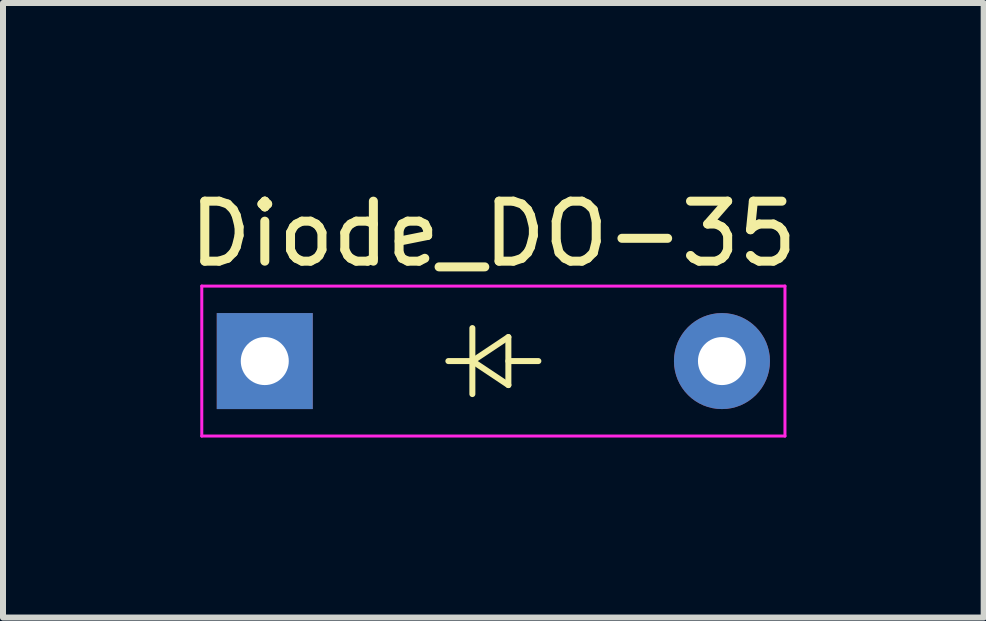
<source format=kicad_pcb>
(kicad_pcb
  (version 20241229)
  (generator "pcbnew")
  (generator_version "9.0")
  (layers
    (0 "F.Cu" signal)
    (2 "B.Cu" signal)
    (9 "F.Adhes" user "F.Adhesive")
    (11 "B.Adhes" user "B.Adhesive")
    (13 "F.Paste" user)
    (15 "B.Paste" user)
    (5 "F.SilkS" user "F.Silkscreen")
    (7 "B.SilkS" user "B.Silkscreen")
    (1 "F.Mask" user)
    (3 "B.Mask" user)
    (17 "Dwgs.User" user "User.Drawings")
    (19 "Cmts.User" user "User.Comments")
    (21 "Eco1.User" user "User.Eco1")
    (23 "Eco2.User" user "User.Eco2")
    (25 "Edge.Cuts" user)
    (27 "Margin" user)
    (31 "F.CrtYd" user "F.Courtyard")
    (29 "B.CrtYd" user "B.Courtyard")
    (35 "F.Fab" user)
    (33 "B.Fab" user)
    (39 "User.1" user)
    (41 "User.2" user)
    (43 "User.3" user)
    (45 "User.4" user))
  (footprint "Diode_DO-35"
    (layer "F.Cu")
    (at 1.363 2.968)
    (property "Reference" "Diode_DO-35" (at 3.81 -2.12 0) (layer "F.SilkS") (effects (font (size 1 1) (thickness 0.15))))
    (attr through_hole)
    (fp_line (start 3.06 0) (end 3.46 0) (stroke (width 0.1) (type solid)) (layer "F.SilkS"))
    (fp_line (start 3.46 -0.55) (end 3.46 0.55) (stroke (width 0.1) (type solid)) (layer "F.SilkS"))
    (fp_line (start 3.46 0) (end 4.06 -0.4) (stroke (width 0.1) (type solid)) (layer "F.SilkS"))
    (fp_line (start 4.06 -0.4) (end 4.06 0.4) (stroke (width 0.1) (type solid)) (layer "F.SilkS"))
    (fp_line (start 4.06 0) (end 4.56 0) (stroke (width 0.1) (type solid)) (layer "F.SilkS"))
    (fp_line (start 4.06 0.4) (end 3.46 0) (stroke (width 0.1) (type solid)) (layer "F.SilkS"))
    (fp_line (start -1.05 -1.25) (end -1.05 1.25) (stroke (width 0.05) (type solid)) (layer "F.CrtYd"))
    (fp_line (start -1.05 1.25) (end 8.67 1.25) (stroke (width 0.05) (type solid)) (layer "F.CrtYd"))
    (fp_line (start 8.67 -1.25) (end -1.05 -1.25) (stroke (width 0.05) (type solid)) (layer "F.CrtYd"))
    (fp_line (start 8.67 1.25) (end 8.67 -1.25) (stroke (width 0.05) (type solid)) (layer "F.CrtYd"))
    (pad "1" thru_hole rect (at 0 0) (size 1.6 1.6) (drill 0.8) (layers "*.Cu" "*.Mask"))
    (pad "2" thru_hole oval (at 7.62 0) (size 1.6 1.6) (drill 0.8) (layers "*.Cu" "*.Mask")))
  (gr_rect
    (start -3 -3)
    (end 13.345 7.243)
    (stroke (width 0.1) (type default))
    (fill no)
    (layer "Edge.Cuts")))
</source>
